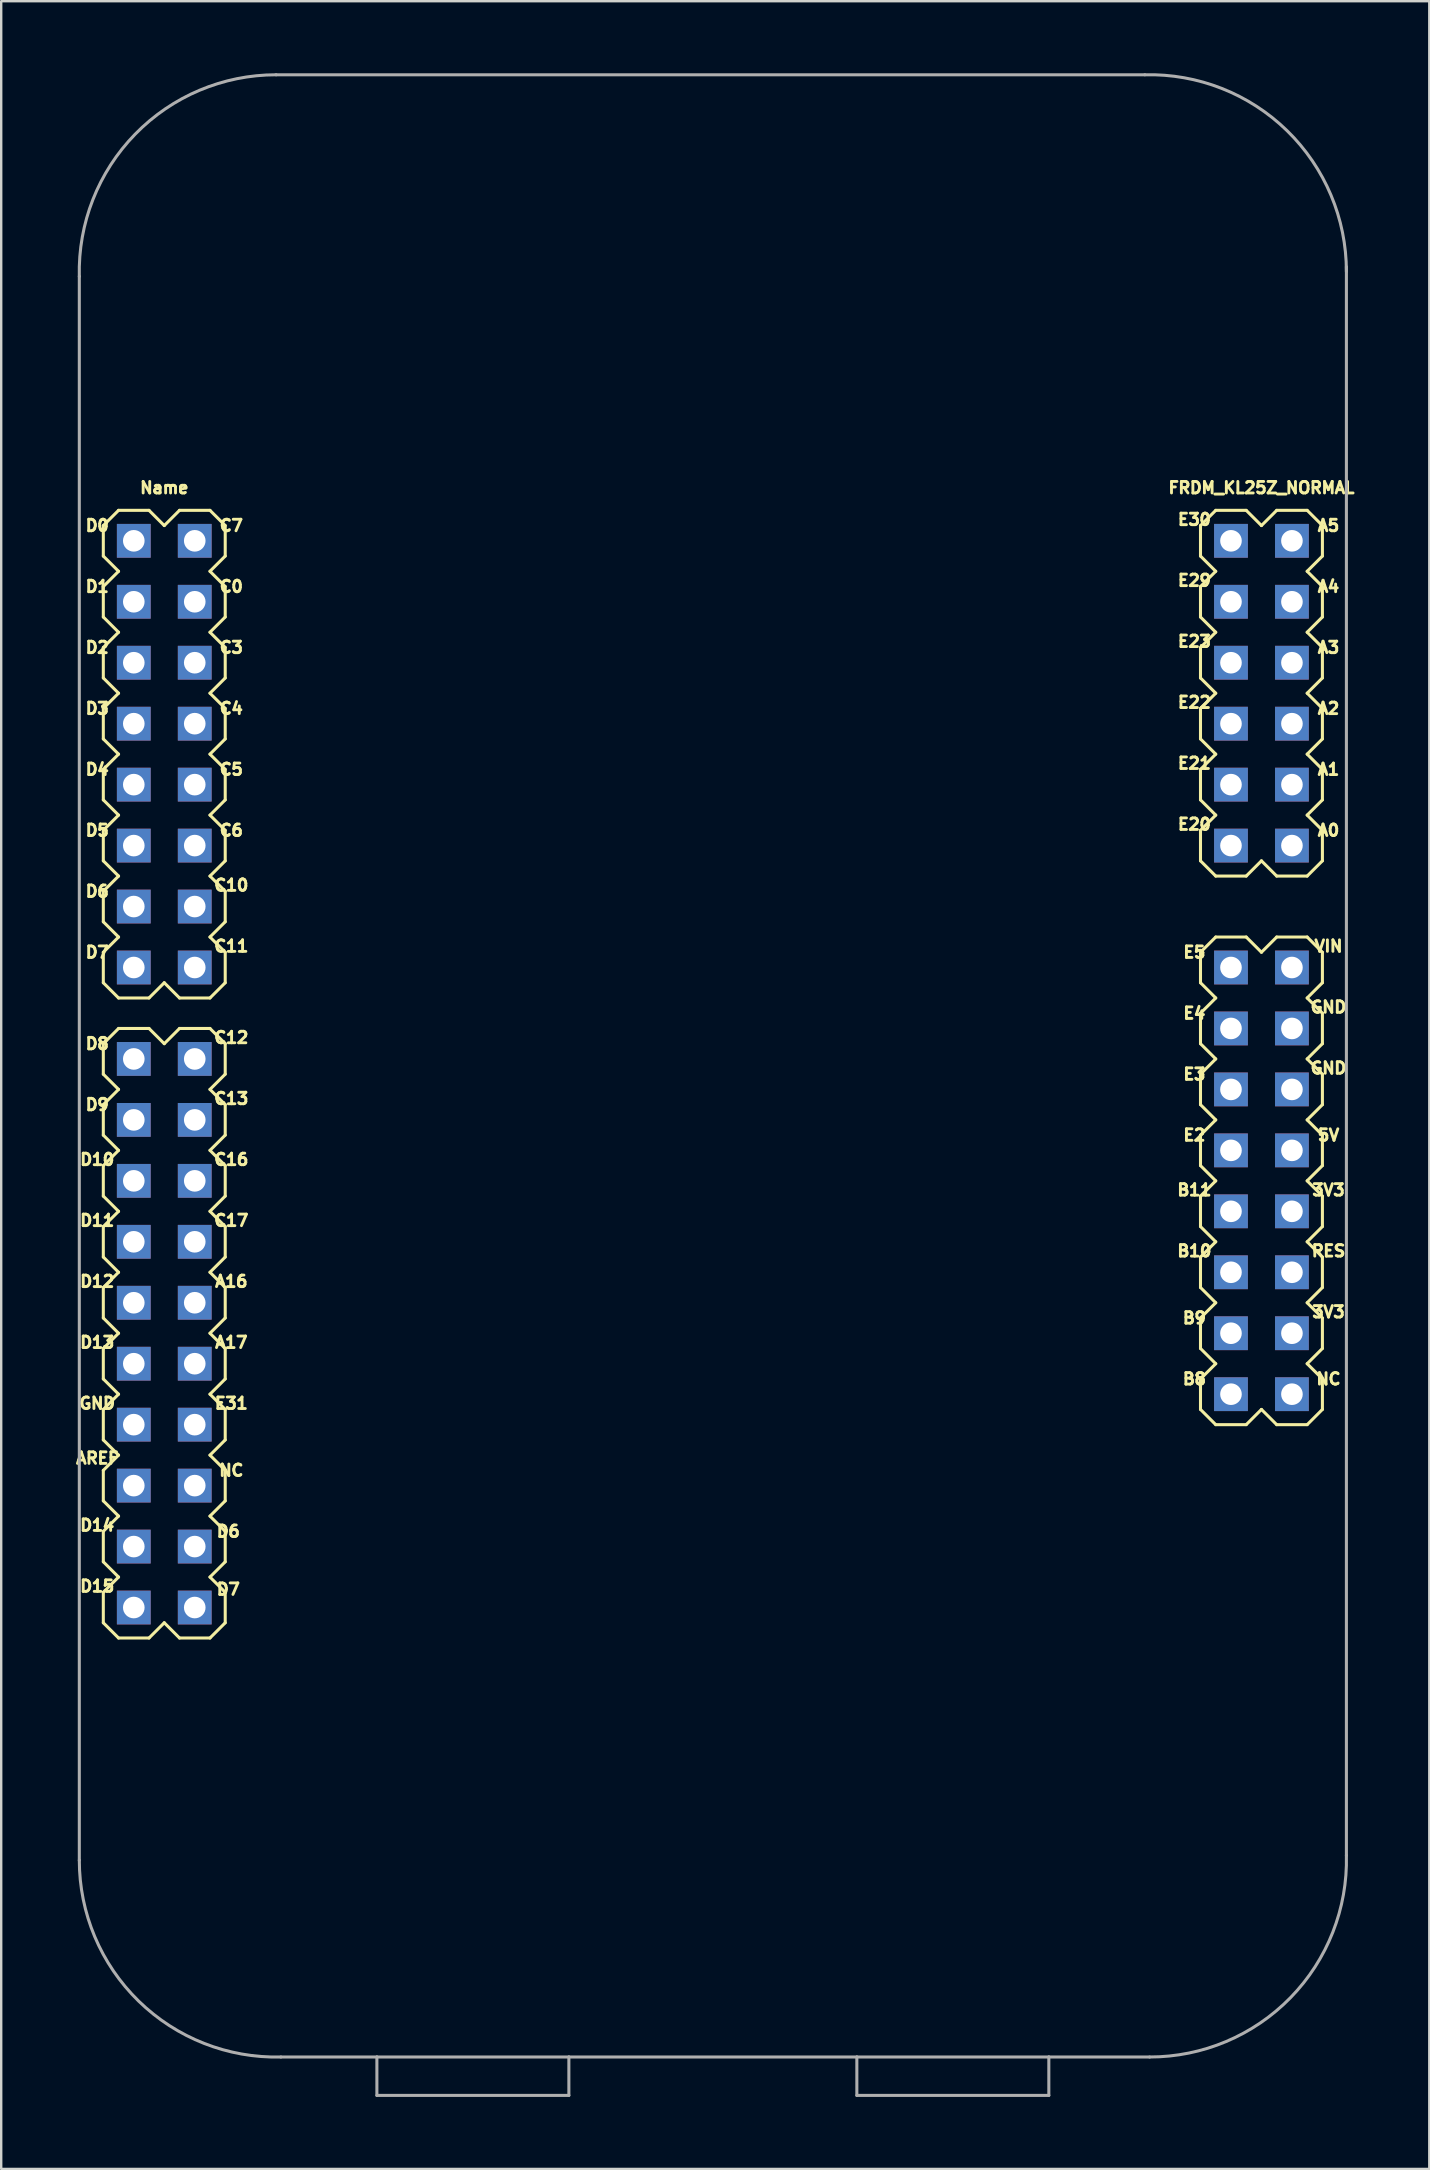
<source format=kicad_pcb>
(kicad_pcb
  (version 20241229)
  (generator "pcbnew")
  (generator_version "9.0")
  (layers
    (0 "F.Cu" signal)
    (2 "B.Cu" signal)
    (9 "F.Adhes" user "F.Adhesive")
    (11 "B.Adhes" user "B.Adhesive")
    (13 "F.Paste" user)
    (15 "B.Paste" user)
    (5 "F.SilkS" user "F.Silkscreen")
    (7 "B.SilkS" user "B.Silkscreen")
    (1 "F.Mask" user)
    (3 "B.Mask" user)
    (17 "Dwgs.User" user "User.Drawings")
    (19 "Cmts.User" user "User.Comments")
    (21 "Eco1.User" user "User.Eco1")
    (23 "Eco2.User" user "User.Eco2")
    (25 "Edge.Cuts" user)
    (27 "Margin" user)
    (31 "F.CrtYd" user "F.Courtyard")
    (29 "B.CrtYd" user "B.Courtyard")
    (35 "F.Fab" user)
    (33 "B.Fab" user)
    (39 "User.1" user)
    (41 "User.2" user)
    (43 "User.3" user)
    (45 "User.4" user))
  (footprint "FRDM_KL25Z_NORMAL"
    (layer "F.Cu")
    (at 26.655 37.266)
    (property "Reference" "FRDM_KL25Z_NORMAL" (at 22.86 -19.99 0) (layer "F.SilkS") (effects (font (size 0.48 0.48) (thickness 0.15))))
    (attr through_hole)
    (fp_line (start -25.4 -18.415) (end -25.4 -17.145) (stroke (width 0.127) (type solid)) (layer "F.SilkS"))
    (fp_line (start -25.4 -17.145) (end -24.765 -16.51) (stroke (width 0.127) (type solid)) (layer "F.SilkS"))
    (fp_line (start -25.4 -15.875) (end -25.4 -14.605) (stroke (width 0.127) (type solid)) (layer "F.SilkS"))
    (fp_line (start -25.4 -14.605) (end -24.765 -13.97) (stroke (width 0.127) (type solid)) (layer "F.SilkS"))
    (fp_line (start -25.4 -13.335) (end -25.4 -12.065) (stroke (width 0.127) (type solid)) (layer "F.SilkS"))
    (fp_line (start -25.4 -12.065) (end -24.765 -11.43) (stroke (width 0.127) (type solid)) (layer "F.SilkS"))
    (fp_line (start -25.4 -10.795) (end -25.4 -9.525) (stroke (width 0.127) (type solid)) (layer "F.SilkS"))
    (fp_line (start -25.4 -9.525) (end -24.765 -8.89) (stroke (width 0.127) (type solid)) (layer "F.SilkS"))
    (fp_line (start -25.4 -8.255) (end -25.4 -6.985) (stroke (width 0.127) (type solid)) (layer "F.SilkS"))
    (fp_line (start -25.4 -6.985) (end -24.765 -6.35) (stroke (width 0.127) (type solid)) (layer "F.SilkS"))
    (fp_line (start -25.4 -5.715) (end -25.4 -4.445) (stroke (width 0.127) (type solid)) (layer "F.SilkS"))
    (fp_line (start -25.4 -4.445) (end -24.765 -3.81) (stroke (width 0.127) (type solid)) (layer "F.SilkS"))
    (fp_line (start -25.4 -3.175) (end -25.4 -1.905) (stroke (width 0.127) (type solid)) (layer "F.SilkS"))
    (fp_line (start -25.4 -1.905) (end -24.765 -1.27) (stroke (width 0.127) (type solid)) (layer "F.SilkS"))
    (fp_line (start -25.4 -0.635) (end -25.4 0.635) (stroke (width 0.127) (type solid)) (layer "F.SilkS"))
    (fp_line (start -25.4 0.635) (end -24.765 1.27) (stroke (width 0.127) (type solid)) (layer "F.SilkS"))
    (fp_line (start -25.4 3.175) (end -25.4 4.445) (stroke (width 0.127) (type solid)) (layer "F.SilkS"))
    (fp_line (start -25.4 4.445) (end -24.765 5.08) (stroke (width 0.127) (type solid)) (layer "F.SilkS"))
    (fp_line (start -25.4 5.715) (end -25.4 6.985) (stroke (width 0.127) (type solid)) (layer "F.SilkS"))
    (fp_line (start -25.4 6.985) (end -24.765 7.62) (stroke (width 0.127) (type solid)) (layer "F.SilkS"))
    (fp_line (start -25.4 8.255) (end -25.4 9.525) (stroke (width 0.127) (type solid)) (layer "F.SilkS"))
    (fp_line (start -25.4 9.525) (end -24.765 10.16) (stroke (width 0.127) (type solid)) (layer "F.SilkS"))
    (fp_line (start -25.4 10.795) (end -25.4 12.065) (stroke (width 0.127) (type solid)) (layer "F.SilkS"))
    (fp_line (start -25.4 12.065) (end -24.765 12.7) (stroke (width 0.127) (type solid)) (layer "F.SilkS"))
    (fp_line (start -25.4 13.335) (end -25.4 14.605) (stroke (width 0.127) (type solid)) (layer "F.SilkS"))
    (fp_line (start -25.4 14.605) (end -24.765 15.24) (stroke (width 0.127) (type solid)) (layer "F.SilkS"))
    (fp_line (start -25.4 15.875) (end -25.4 17.145) (stroke (width 0.127) (type solid)) (layer "F.SilkS"))
    (fp_line (start -25.4 17.145) (end -24.765 17.78) (stroke (width 0.127) (type solid)) (layer "F.SilkS"))
    (fp_line (start -25.4 18.415) (end -25.4 19.685) (stroke (width 0.127) (type solid)) (layer "F.SilkS"))
    (fp_line (start -25.4 19.685) (end -24.765 20.32) (stroke (width 0.127) (type solid)) (layer "F.SilkS"))
    (fp_line (start -25.4 20.955) (end -25.4 22.225) (stroke (width 0.127) (type solid)) (layer "F.SilkS"))
    (fp_line (start -25.4 22.225) (end -24.765 22.86) (stroke (width 0.127) (type solid)) (layer "F.SilkS"))
    (fp_line (start -25.4 23.495) (end -25.4 24.765) (stroke (width 0.127) (type solid)) (layer "F.SilkS"))
    (fp_line (start -25.4 24.765) (end -24.765 25.4) (stroke (width 0.127) (type solid)) (layer "F.SilkS"))
    (fp_line (start -25.4 27.305) (end -25.4 26.035) (stroke (width 0.127) (type solid)) (layer "F.SilkS"))
    (fp_line (start -25.4 27.305) (end -24.765 27.94) (stroke (width 0.127) (type solid)) (layer "F.SilkS"))
    (fp_line (start -24.765 -19.05) (end -25.4 -18.415) (stroke (width 0.127) (type solid)) (layer "F.SilkS"))
    (fp_line (start -24.765 -16.51) (end -25.4 -15.875) (stroke (width 0.127) (type solid)) (layer "F.SilkS"))
    (fp_line (start -24.765 -13.97) (end -25.4 -13.335) (stroke (width 0.127) (type solid)) (layer "F.SilkS"))
    (fp_line (start -24.765 -11.43) (end -25.4 -10.795) (stroke (width 0.127) (type solid)) (layer "F.SilkS"))
    (fp_line (start -24.765 -8.89) (end -25.4 -8.255) (stroke (width 0.127) (type solid)) (layer "F.SilkS"))
    (fp_line (start -24.765 -6.35) (end -25.4 -5.715) (stroke (width 0.127) (type solid)) (layer "F.SilkS"))
    (fp_line (start -24.765 -3.81) (end -25.4 -3.175) (stroke (width 0.127) (type solid)) (layer "F.SilkS"))
    (fp_line (start -24.765 -1.27) (end -25.4 -0.635) (stroke (width 0.127) (type solid)) (layer "F.SilkS"))
    (fp_line (start -24.765 1.27) (end -23.495 1.27) (stroke (width 0.127) (type solid)) (layer "F.SilkS"))
    (fp_line (start -24.765 2.54) (end -25.4 3.175) (stroke (width 0.127) (type solid)) (layer "F.SilkS"))
    (fp_line (start -24.765 2.54) (end -23.495 2.54) (stroke (width 0.127) (type solid)) (layer "F.SilkS"))
    (fp_line (start -24.765 5.08) (end -25.4 5.715) (stroke (width 0.127) (type solid)) (layer "F.SilkS"))
    (fp_line (start -24.765 7.62) (end -25.4 8.255) (stroke (width 0.127) (type solid)) (layer "F.SilkS"))
    (fp_line (start -24.765 10.16) (end -25.4 10.795) (stroke (width 0.127) (type solid)) (layer "F.SilkS"))
    (fp_line (start -24.765 12.7) (end -25.4 13.335) (stroke (width 0.127) (type solid)) (layer "F.SilkS"))
    (fp_line (start -24.765 15.24) (end -25.4 15.875) (stroke (width 0.127) (type solid)) (layer "F.SilkS"))
    (fp_line (start -24.765 17.78) (end -25.4 18.415) (stroke (width 0.127) (type solid)) (layer "F.SilkS"))
    (fp_line (start -24.765 20.32) (end -25.4 20.955) (stroke (width 0.127) (type solid)) (layer "F.SilkS"))
    (fp_line (start -24.765 22.86) (end -25.4 23.495) (stroke (width 0.127) (type solid)) (layer "F.SilkS"))
    (fp_line (start -24.765 25.4) (end -25.4 26.035) (stroke (width 0.127) (type solid)) (layer "F.SilkS"))
    (fp_line (start -24.765 27.94) (end -23.495 27.94) (stroke (width 0.127) (type solid)) (layer "F.SilkS"))
    (fp_line (start -23.495 -19.05) (end -24.765 -19.05) (stroke (width 0.127) (type solid)) (layer "F.SilkS"))
    (fp_line (start -23.495 1.27) (end -22.86 0.635) (stroke (width 0.127) (type solid)) (layer "F.SilkS"))
    (fp_line (start -23.495 27.94) (end -22.86 27.305) (stroke (width 0.127) (type solid)) (layer "F.SilkS"))
    (fp_line (start -22.86 -18.415) (end -23.495 -19.05) (stroke (width 0.127) (type solid)) (layer "F.SilkS"))
    (fp_line (start -22.86 0.635) (end -22.225 1.27) (stroke (width 0.127) (type solid)) (layer "F.SilkS"))
    (fp_line (start -22.86 3.175) (end -23.495 2.54) (stroke (width 0.127) (type solid)) (layer "F.SilkS"))
    (fp_line (start -22.86 27.305) (end -22.225 27.94) (stroke (width 0.127) (type solid)) (layer "F.SilkS"))
    (fp_line (start -22.225 -19.05) (end -22.86 -18.415) (stroke (width 0.127) (type solid)) (layer "F.SilkS"))
    (fp_line (start -22.225 1.27) (end -20.955 1.27) (stroke (width 0.127) (type solid)) (layer "F.SilkS"))
    (fp_line (start -22.225 2.54) (end -22.86 3.175) (stroke (width 0.127) (type solid)) (layer "F.SilkS"))
    (fp_line (start -22.225 2.54) (end -20.955 2.54) (stroke (width 0.127) (type solid)) (layer "F.SilkS"))
    (fp_line (start -22.225 27.94) (end -20.955 27.94) (stroke (width 0.127) (type solid)) (layer "F.SilkS"))
    (fp_line (start -20.955 -19.05) (end -22.225 -19.05) (stroke (width 0.127) (type solid)) (layer "F.SilkS"))
    (fp_line (start -20.955 -16.51) (end -20.32 -17.145) (stroke (width 0.127) (type solid)) (layer "F.SilkS"))
    (fp_line (start -20.955 -13.97) (end -20.32 -14.605) (stroke (width 0.127) (type solid)) (layer "F.SilkS"))
    (fp_line (start -20.955 -11.43) (end -20.32 -12.065) (stroke (width 0.127) (type solid)) (layer "F.SilkS"))
    (fp_line (start -20.955 -8.89) (end -20.32 -9.525) (stroke (width 0.127) (type solid)) (layer "F.SilkS"))
    (fp_line (start -20.955 -6.35) (end -20.32 -6.985) (stroke (width 0.127) (type solid)) (layer "F.SilkS"))
    (fp_line (start -20.955 -3.81) (end -20.32 -4.445) (stroke (width 0.127) (type solid)) (layer "F.SilkS"))
    (fp_line (start -20.955 -1.27) (end -20.32 -1.905) (stroke (width 0.127) (type solid)) (layer "F.SilkS"))
    (fp_line (start -20.955 1.27) (end -20.32 0.635) (stroke (width 0.127) (type solid)) (layer "F.SilkS"))
    (fp_line (start -20.955 5.08) (end -20.32 4.445) (stroke (width 0.127) (type solid)) (layer "F.SilkS"))
    (fp_line (start -20.955 7.62) (end -20.32 6.985) (stroke (width 0.127) (type solid)) (layer "F.SilkS"))
    (fp_line (start -20.955 10.16) (end -20.32 9.525) (stroke (width 0.127) (type solid)) (layer "F.SilkS"))
    (fp_line (start -20.955 12.7) (end -20.32 12.065) (stroke (width 0.127) (type solid)) (layer "F.SilkS"))
    (fp_line (start -20.955 15.24) (end -20.32 14.605) (stroke (width 0.127) (type solid)) (layer "F.SilkS"))
    (fp_line (start -20.955 17.78) (end -20.32 17.145) (stroke (width 0.127) (type solid)) (layer "F.SilkS"))
    (fp_line (start -20.955 20.32) (end -20.32 19.685) (stroke (width 0.127) (type solid)) (layer "F.SilkS"))
    (fp_line (start -20.955 22.86) (end -20.32 22.225) (stroke (width 0.127) (type solid)) (layer "F.SilkS"))
    (fp_line (start -20.955 25.4) (end -20.32 24.765) (stroke (width 0.127) (type solid)) (layer "F.SilkS"))
    (fp_line (start -20.955 27.94) (end -20.32 27.305) (stroke (width 0.127) (type solid)) (layer "F.SilkS"))
    (fp_line (start -20.32 -18.415) (end -20.955 -19.05) (stroke (width 0.127) (type solid)) (layer "F.SilkS"))
    (fp_line (start -20.32 -17.145) (end -20.32 -18.415) (stroke (width 0.127) (type solid)) (layer "F.SilkS"))
    (fp_line (start -20.32 -15.875) (end -20.955 -16.51) (stroke (width 0.127) (type solid)) (layer "F.SilkS"))
    (fp_line (start -20.32 -14.605) (end -20.32 -15.875) (stroke (width 0.127) (type solid)) (layer "F.SilkS"))
    (fp_line (start -20.32 -13.335) (end -20.955 -13.97) (stroke (width 0.127) (type solid)) (layer "F.SilkS"))
    (fp_line (start -20.32 -12.065) (end -20.32 -13.335) (stroke (width 0.127) (type solid)) (layer "F.SilkS"))
    (fp_line (start -20.32 -10.795) (end -20.955 -11.43) (stroke (width 0.127) (type solid)) (layer "F.SilkS"))
    (fp_line (start -20.32 -9.525) (end -20.32 -10.795) (stroke (width 0.127) (type solid)) (layer "F.SilkS"))
    (fp_line (start -20.32 -8.255) (end -20.955 -8.89) (stroke (width 0.127) (type solid)) (layer "F.SilkS"))
    (fp_line (start -20.32 -6.985) (end -20.32 -8.255) (stroke (width 0.127) (type solid)) (layer "F.SilkS"))
    (fp_line (start -20.32 -5.715) (end -20.955 -6.35) (stroke (width 0.127) (type solid)) (layer "F.SilkS"))
    (fp_line (start -20.32 -4.445) (end -20.32 -5.715) (stroke (width 0.127) (type solid)) (layer "F.SilkS"))
    (fp_line (start -20.32 -3.175) (end -20.955 -3.81) (stroke (width 0.127) (type solid)) (layer "F.SilkS"))
    (fp_line (start -20.32 -1.905) (end -20.32 -3.175) (stroke (width 0.127) (type solid)) (layer "F.SilkS"))
    (fp_line (start -20.32 -0.635) (end -20.955 -1.27) (stroke (width 0.127) (type solid)) (layer "F.SilkS"))
    (fp_line (start -20.32 0.635) (end -20.32 -0.635) (stroke (width 0.127) (type solid)) (layer "F.SilkS"))
    (fp_line (start -20.32 3.175) (end -20.955 2.54) (stroke (width 0.127) (type solid)) (layer "F.SilkS"))
    (fp_line (start -20.32 4.445) (end -20.32 3.175) (stroke (width 0.127) (type solid)) (layer "F.SilkS"))
    (fp_line (start -20.32 5.715) (end -20.955 5.08) (stroke (width 0.127) (type solid)) (layer "F.SilkS"))
    (fp_line (start -20.32 6.985) (end -20.32 5.715) (stroke (width 0.127) (type solid)) (layer "F.SilkS"))
    (fp_line (start -20.32 8.255) (end -20.955 7.62) (stroke (width 0.127) (type solid)) (layer "F.SilkS"))
    (fp_line (start -20.32 9.525) (end -20.32 8.255) (stroke (width 0.127) (type solid)) (layer "F.SilkS"))
    (fp_line (start -20.32 10.795) (end -20.955 10.16) (stroke (width 0.127) (type solid)) (layer "F.SilkS"))
    (fp_line (start -20.32 12.065) (end -20.32 10.795) (stroke (width 0.127) (type solid)) (layer "F.SilkS"))
    (fp_line (start -20.32 13.335) (end -20.955 12.7) (stroke (width 0.127) (type solid)) (layer "F.SilkS"))
    (fp_line (start -20.32 14.605) (end -20.32 13.335) (stroke (width 0.127) (type solid)) (layer "F.SilkS"))
    (fp_line (start -20.32 15.875) (end -20.955 15.24) (stroke (width 0.127) (type solid)) (layer "F.SilkS"))
    (fp_line (start -20.32 17.145) (end -20.32 15.875) (stroke (width 0.127) (type solid)) (layer "F.SilkS"))
    (fp_line (start -20.32 18.415) (end -20.955 17.78) (stroke (width 0.127) (type solid)) (layer "F.SilkS"))
    (fp_line (start -20.32 19.685) (end -20.32 18.415) (stroke (width 0.127) (type solid)) (layer "F.SilkS"))
    (fp_line (start -20.32 20.955) (end -20.955 20.32) (stroke (width 0.127) (type solid)) (layer "F.SilkS"))
    (fp_line (start -20.32 22.225) (end -20.32 20.955) (stroke (width 0.127) (type solid)) (layer "F.SilkS"))
    (fp_line (start -20.32 23.495) (end -20.955 22.86) (stroke (width 0.127) (type solid)) (layer "F.SilkS"))
    (fp_line (start -20.32 24.765) (end -20.32 23.495) (stroke (width 0.127) (type solid)) (layer "F.SilkS"))
    (fp_line (start -20.32 26.035) (end -20.955 25.4) (stroke (width 0.127) (type solid)) (layer "F.SilkS"))
    (fp_line (start -20.32 27.305) (end -20.32 26.035) (stroke (width 0.127) (type solid)) (layer "F.SilkS"))
    (fp_line (start 20.32 -18.415) (end 20.32 -17.145) (stroke (width 0.127) (type solid)) (layer "F.SilkS"))
    (fp_line (start 20.32 -17.145) (end 20.955 -16.51) (stroke (width 0.127) (type solid)) (layer "F.SilkS"))
    (fp_line (start 20.32 -15.875) (end 20.32 -14.605) (stroke (width 0.127) (type solid)) (layer "F.SilkS"))
    (fp_line (start 20.32 -14.605) (end 20.955 -13.97) (stroke (width 0.127) (type solid)) (layer "F.SilkS"))
    (fp_line (start 20.32 -13.335) (end 20.32 -12.065) (stroke (width 0.127) (type solid)) (layer "F.SilkS"))
    (fp_line (start 20.32 -12.065) (end 20.955 -11.43) (stroke (width 0.127) (type solid)) (layer "F.SilkS"))
    (fp_line (start 20.32 -10.795) (end 20.32 -9.525) (stroke (width 0.127) (type solid)) (layer "F.SilkS"))
    (fp_line (start 20.32 -9.525) (end 20.955 -8.89) (stroke (width 0.127) (type solid)) (layer "F.SilkS"))
    (fp_line (start 20.32 -8.255) (end 20.32 -6.985) (stroke (width 0.127) (type solid)) (layer "F.SilkS"))
    (fp_line (start 20.32 -6.985) (end 20.955 -6.35) (stroke (width 0.127) (type solid)) (layer "F.SilkS"))
    (fp_line (start 20.32 -5.715) (end 20.32 -4.445) (stroke (width 0.127) (type solid)) (layer "F.SilkS"))
    (fp_line (start 20.32 -4.445) (end 20.955 -3.81) (stroke (width 0.127) (type solid)) (layer "F.SilkS"))
    (fp_line (start 20.32 -0.635) (end 20.32 0.635) (stroke (width 0.127) (type solid)) (layer "F.SilkS"))
    (fp_line (start 20.32 0.635) (end 20.955 1.27) (stroke (width 0.127) (type solid)) (layer "F.SilkS"))
    (fp_line (start 20.32 1.905) (end 20.32 3.175) (stroke (width 0.127) (type solid)) (layer "F.SilkS"))
    (fp_line (start 20.32 3.175) (end 20.955 3.81) (stroke (width 0.127) (type solid)) (layer "F.SilkS"))
    (fp_line (start 20.32 4.445) (end 20.32 5.715) (stroke (width 0.127) (type solid)) (layer "F.SilkS"))
    (fp_line (start 20.32 5.715) (end 20.955 6.35) (stroke (width 0.127) (type solid)) (layer "F.SilkS"))
    (fp_line (start 20.32 6.985) (end 20.32 8.255) (stroke (width 0.127) (type solid)) (layer "F.SilkS"))
    (fp_line (start 20.32 8.255) (end 20.955 8.89) (stroke (width 0.127) (type solid)) (layer "F.SilkS"))
    (fp_line (start 20.32 9.525) (end 20.32 10.795) (stroke (width 0.127) (type solid)) (layer "F.SilkS"))
    (fp_line (start 20.32 10.795) (end 20.955 11.43) (stroke (width 0.127) (type solid)) (layer "F.SilkS"))
    (fp_line (start 20.32 12.065) (end 20.32 13.335) (stroke (width 0.127) (type solid)) (layer "F.SilkS"))
    (fp_line (start 20.32 13.335) (end 20.955 13.97) (stroke (width 0.127) (type solid)) (layer "F.SilkS"))
    (fp_line (start 20.32 14.605) (end 20.32 15.875) (stroke (width 0.127) (type solid)) (layer "F.SilkS"))
    (fp_line (start 20.32 15.875) (end 20.955 16.51) (stroke (width 0.127) (type solid)) (layer "F.SilkS"))
    (fp_line (start 20.32 18.415) (end 20.32 17.145) (stroke (width 0.127) (type solid)) (layer "F.SilkS"))
    (fp_line (start 20.32 18.415) (end 20.955 19.05) (stroke (width 0.127) (type solid)) (layer "F.SilkS"))
    (fp_line (start 20.955 -19.05) (end 20.32 -18.415) (stroke (width 0.127) (type solid)) (layer "F.SilkS"))
    (fp_line (start 20.955 -16.51) (end 20.32 -15.875) (stroke (width 0.127) (type solid)) (layer "F.SilkS"))
    (fp_line (start 20.955 -13.97) (end 20.32 -13.335) (stroke (width 0.127) (type solid)) (layer "F.SilkS"))
    (fp_line (start 20.955 -11.43) (end 20.32 -10.795) (stroke (width 0.127) (type solid)) (layer "F.SilkS"))
    (fp_line (start 20.955 -8.89) (end 20.32 -8.255) (stroke (width 0.127) (type solid)) (layer "F.SilkS"))
    (fp_line (start 20.955 -6.35) (end 20.32 -5.715) (stroke (width 0.127) (type solid)) (layer "F.SilkS"))
    (fp_line (start 20.955 -3.81) (end 22.225 -3.81) (stroke (width 0.127) (type solid)) (layer "F.SilkS"))
    (fp_line (start 20.955 -1.27) (end 20.32 -0.635) (stroke (width 0.127) (type solid)) (layer "F.SilkS"))
    (fp_line (start 20.955 -1.27) (end 22.225 -1.27) (stroke (width 0.127) (type solid)) (layer "F.SilkS"))
    (fp_line (start 20.955 1.27) (end 20.32 1.905) (stroke (width 0.127) (type solid)) (layer "F.SilkS"))
    (fp_line (start 20.955 3.81) (end 20.32 4.445) (stroke (width 0.127) (type solid)) (layer "F.SilkS"))
    (fp_line (start 20.955 6.35) (end 20.32 6.985) (stroke (width 0.127) (type solid)) (layer "F.SilkS"))
    (fp_line (start 20.955 8.89) (end 20.32 9.525) (stroke (width 0.127) (type solid)) (layer "F.SilkS"))
    (fp_line (start 20.955 11.43) (end 20.32 12.065) (stroke (width 0.127) (type solid)) (layer "F.SilkS"))
    (fp_line (start 20.955 13.97) (end 20.32 14.605) (stroke (width 0.127) (type solid)) (layer "F.SilkS"))
    (fp_line (start 20.955 16.51) (end 20.32 17.145) (stroke (width 0.127) (type solid)) (layer "F.SilkS"))
    (fp_line (start 20.955 19.05) (end 22.225 19.05) (stroke (width 0.127) (type solid)) (layer "F.SilkS"))
    (fp_line (start 22.225 -19.05) (end 20.955 -19.05) (stroke (width 0.127) (type solid)) (layer "F.SilkS"))
    (fp_line (start 22.225 -3.81) (end 22.86 -4.445) (stroke (width 0.127) (type solid)) (layer "F.SilkS"))
    (fp_line (start 22.225 19.05) (end 22.86 18.415) (stroke (width 0.127) (type solid)) (layer "F.SilkS"))
    (fp_line (start 22.86 -18.415) (end 22.225 -19.05) (stroke (width 0.127) (type solid)) (layer "F.SilkS"))
    (fp_line (start 22.86 -4.445) (end 23.495 -3.81) (stroke (width 0.127) (type solid)) (layer "F.SilkS"))
    (fp_line (start 22.86 -0.635) (end 22.225 -1.27) (stroke (width 0.127) (type solid)) (layer "F.SilkS"))
    (fp_line (start 22.86 18.415) (end 23.495 19.05) (stroke (width 0.127) (type solid)) (layer "F.SilkS"))
    (fp_line (start 23.495 -19.05) (end 22.86 -18.415) (stroke (width 0.127) (type solid)) (layer "F.SilkS"))
    (fp_line (start 23.495 -1.27) (end 22.86 -0.635) (stroke (width 0.127) (type solid)) (layer "F.SilkS"))
    (fp_line (start 23.495 -1.27) (end 24.765 -1.27) (stroke (width 0.127) (type solid)) (layer "F.SilkS"))
    (fp_line (start 23.495 19.05) (end 24.765 19.05) (stroke (width 0.127) (type solid)) (layer "F.SilkS"))
    (fp_line (start 24.765 -19.05) (end 23.495 -19.05) (stroke (width 0.127) (type solid)) (layer "F.SilkS"))
    (fp_line (start 24.765 -19.05) (end 25.4 -18.415) (stroke (width 0.127) (type solid)) (layer "F.SilkS"))
    (fp_line (start 24.765 -16.51) (end 25.4 -15.875) (stroke (width 0.127) (type solid)) (layer "F.SilkS"))
    (fp_line (start 24.765 -13.97) (end 25.4 -13.335) (stroke (width 0.127) (type solid)) (layer "F.SilkS"))
    (fp_line (start 24.765 -11.43) (end 25.4 -10.795) (stroke (width 0.127) (type solid)) (layer "F.SilkS"))
    (fp_line (start 24.765 -8.89) (end 25.4 -8.255) (stroke (width 0.127) (type solid)) (layer "F.SilkS"))
    (fp_line (start 24.765 -6.35) (end 25.4 -5.715) (stroke (width 0.127) (type solid)) (layer "F.SilkS"))
    (fp_line (start 24.765 -3.81) (end 23.495 -3.81) (stroke (width 0.127) (type solid)) (layer "F.SilkS"))
    (fp_line (start 24.765 1.27) (end 25.4 0.635) (stroke (width 0.127) (type solid)) (layer "F.SilkS"))
    (fp_line (start 24.765 3.81) (end 25.4 3.175) (stroke (width 0.127) (type solid)) (layer "F.SilkS"))
    (fp_line (start 24.765 6.35) (end 25.4 5.715) (stroke (width 0.127) (type solid)) (layer "F.SilkS"))
    (fp_line (start 24.765 8.89) (end 25.4 8.255) (stroke (width 0.127) (type solid)) (layer "F.SilkS"))
    (fp_line (start 24.765 11.43) (end 25.4 10.795) (stroke (width 0.127) (type solid)) (layer "F.SilkS"))
    (fp_line (start 24.765 13.97) (end 25.4 13.335) (stroke (width 0.127) (type solid)) (layer "F.SilkS"))
    (fp_line (start 24.765 16.51) (end 25.4 15.875) (stroke (width 0.127) (type solid)) (layer "F.SilkS"))
    (fp_line (start 24.765 19.05) (end 25.4 18.415) (stroke (width 0.127) (type solid)) (layer "F.SilkS"))
    (fp_line (start 25.4 -18.415) (end 25.4 -17.145) (stroke (width 0.127) (type solid)) (layer "F.SilkS"))
    (fp_line (start 25.4 -17.145) (end 24.765 -16.51) (stroke (width 0.127) (type solid)) (layer "F.SilkS"))
    (fp_line (start 25.4 -15.875) (end 25.4 -14.605) (stroke (width 0.127) (type solid)) (layer "F.SilkS"))
    (fp_line (start 25.4 -14.605) (end 24.765 -13.97) (stroke (width 0.127) (type solid)) (layer "F.SilkS"))
    (fp_line (start 25.4 -13.335) (end 25.4 -12.065) (stroke (width 0.127) (type solid)) (layer "F.SilkS"))
    (fp_line (start 25.4 -12.065) (end 24.765 -11.43) (stroke (width 0.127) (type solid)) (layer "F.SilkS"))
    (fp_line (start 25.4 -10.795) (end 25.4 -9.525) (stroke (width 0.127) (type solid)) (layer "F.SilkS"))
    (fp_line (start 25.4 -9.525) (end 24.765 -8.89) (stroke (width 0.127) (type solid)) (layer "F.SilkS"))
    (fp_line (start 25.4 -8.255) (end 25.4 -6.985) (stroke (width 0.127) (type solid)) (layer "F.SilkS"))
    (fp_line (start 25.4 -6.985) (end 24.765 -6.35) (stroke (width 0.127) (type solid)) (layer "F.SilkS"))
    (fp_line (start 25.4 -5.715) (end 25.4 -4.445) (stroke (width 0.127) (type solid)) (layer "F.SilkS"))
    (fp_line (start 25.4 -4.445) (end 24.765 -3.81) (stroke (width 0.127) (type solid)) (layer "F.SilkS"))
    (fp_line (start 25.4 -0.635) (end 24.765 -1.27) (stroke (width 0.127) (type solid)) (layer "F.SilkS"))
    (fp_line (start 25.4 0.635) (end 25.4 -0.635) (stroke (width 0.127) (type solid)) (layer "F.SilkS"))
    (fp_line (start 25.4 1.905) (end 24.765 1.27) (stroke (width 0.127) (type solid)) (layer "F.SilkS"))
    (fp_line (start 25.4 3.175) (end 25.4 1.905) (stroke (width 0.127) (type solid)) (layer "F.SilkS"))
    (fp_line (start 25.4 4.445) (end 24.765 3.81) (stroke (width 0.127) (type solid)) (layer "F.SilkS"))
    (fp_line (start 25.4 5.715) (end 25.4 4.445) (stroke (width 0.127) (type solid)) (layer "F.SilkS"))
    (fp_line (start 25.4 6.985) (end 24.765 6.35) (stroke (width 0.127) (type solid)) (layer "F.SilkS"))
    (fp_line (start 25.4 8.255) (end 25.4 6.985) (stroke (width 0.127) (type solid)) (layer "F.SilkS"))
    (fp_line (start 25.4 9.525) (end 24.765 8.89) (stroke (width 0.127) (type solid)) (layer "F.SilkS"))
    (fp_line (start 25.4 10.795) (end 25.4 9.525) (stroke (width 0.127) (type solid)) (layer "F.SilkS"))
    (fp_line (start 25.4 12.065) (end 24.765 11.43) (stroke (width 0.127) (type solid)) (layer "F.SilkS"))
    (fp_line (start 25.4 12.065) (end 25.4 13.335) (stroke (width 0.127) (type solid)) (layer "F.SilkS"))
    (fp_line (start 25.4 14.605) (end 24.765 13.97) (stroke (width 0.127) (type solid)) (layer "F.SilkS"))
    (fp_line (start 25.4 15.875) (end 25.4 14.605) (stroke (width 0.127) (type solid)) (layer "F.SilkS"))
    (fp_line (start 25.4 17.145) (end 24.765 16.51) (stroke (width 0.127) (type solid)) (layer "F.SilkS"))
    (fp_line (start 25.4 18.415) (end 25.4 17.145) (stroke (width 0.127) (type solid)) (layer "F.SilkS"))
    (fp_line (start -26.4 -28.8) (end -26.4 37.2) (stroke (width 0.127) (type solid)) (layer "F.Fab"))
    (fp_line (start -14 45.4) (end -18 45.4) (stroke (width 0.127) (type solid)) (layer "F.Fab"))
    (fp_line (start -14 45.4) (end -14 47) (stroke (width 0.127) (type solid)) (layer "F.Fab"))
    (fp_line (start -14 47) (end -6 47) (stroke (width 0.127) (type solid)) (layer "F.Fab"))
    (fp_line (start -6 45.4) (end -14 45.4) (stroke (width 0.127) (type solid)) (layer "F.Fab"))
    (fp_line (start -6 47) (end -6 45.4) (stroke (width 0.127) (type solid)) (layer "F.Fab"))
    (fp_line (start 6 45.4) (end -6 45.4) (stroke (width 0.127) (type solid)) (layer "F.Fab"))
    (fp_line (start 6 47) (end 6 45.4) (stroke (width 0.127) (type solid)) (layer "F.Fab"))
    (fp_line (start 14 45.4) (end 6 45.4) (stroke (width 0.127) (type solid)) (layer "F.Fab"))
    (fp_line (start 14 45.4) (end 14 47) (stroke (width 0.127) (type solid)) (layer "F.Fab"))
    (fp_line (start 14 47) (end 6 47) (stroke (width 0.127) (type solid)) (layer "F.Fab"))
    (fp_line (start 18 -37.2) (end -18.2 -37.2) (stroke (width 0.127) (type solid)) (layer "F.Fab"))
    (fp_line (start 18.2 45.4) (end 14 45.4) (stroke (width 0.127) (type solid)) (layer "F.Fab"))
    (fp_line (start 26.4 -29.2) (end 26.4 37) (stroke (width 0.127) (type solid)) (layer "F.Fab"))
    (fp_arc (start -26.4 -28.8) (mid -24.069771 -34.727634) (end -18.2 -37.2) (stroke (width 0.127) (type solid)) (layer "F.Fab"))
    (fp_arc (start -18 45.4) (mid -23.927634 43.069771) (end -26.4 37.2) (stroke (width 0.127) (type solid)) (layer "F.Fab"))
    (fp_arc (start 18 -37.2) (mid 23.927634 -34.869771) (end 26.4 -29) (stroke (width 0.127) (type solid)) (layer "F.Fab"))
    (fp_arc (start 26.4 37) (mid 24.069771 42.927634) (end 18.2 45.4) (stroke (width 0.127) (type solid)) (layer "F.Fab"))
    (fp_text user "3V3" (at 25.654 9.271 0) (layer "F.SilkS") (effects (font (size 0.48 0.48) (thickness 0.15))))
    (fp_text user "E2" (at 20.066 6.985 0) (layer "F.SilkS") (effects (font (size 0.48 0.48) (thickness 0.15))))
    (fp_text user "C6" (at -20.066 -5.715 0) (layer "F.SilkS") (effects (font (size 0.48 0.48) (thickness 0.15))))
    (fp_text user "D12" (at -25.654 13.081 0) (layer "F.SilkS") (effects (font (size 0.48 0.48) (thickness 0.15))))
    (fp_text user "GND" (at 25.654 4.191 0) (layer "F.SilkS") (effects (font (size 0.48 0.48) (thickness 0.15))))
    (fp_text user "5V" (at 25.654 6.985 0) (layer "F.SilkS") (effects (font (size 0.48 0.48) (thickness 0.15))))
    (fp_text user "Name" (at -22.86 -19.99 0) (layer "F.SilkS") (effects (font (size 0.48 0.48) (thickness 0.15))))
    (fp_text user "E29" (at 20.066 -16.129 0) (layer "F.SilkS") (effects (font (size 0.48 0.48) (thickness 0.15))))
    (fp_text user "D15" (at -25.654 25.781 0) (layer "F.SilkS") (effects (font (size 0.48 0.48) (thickness 0.15))))
    (fp_text user "3V3" (at 25.654 14.351 0) (layer "F.SilkS") (effects (font (size 0.48 0.48) (thickness 0.15))))
    (fp_text user "D4" (at -25.654 -8.255 0) (layer "F.SilkS") (effects (font (size 0.48 0.48) (thickness 0.15))))
    (fp_text user "C16" (at -20.066 8.001 0) (layer "F.SilkS") (effects (font (size 0.48 0.48) (thickness 0.15))))
    (fp_text user "B8" (at 20.066 17.145 0) (layer "F.SilkS") (effects (font (size 0.48 0.48) (thickness 0.15))))
    (fp_text user "D10" (at -25.654 8.001 0) (layer "F.SilkS") (effects (font (size 0.48 0.48) (thickness 0.15))))
    (fp_text user "A3" (at 25.654 -13.335 0) (layer "F.SilkS") (effects (font (size 0.48 0.48) (thickness 0.15))))
    (fp_text user "D11" (at -25.654 10.541 0) (layer "F.SilkS") (effects (font (size 0.48 0.48) (thickness 0.15))))
    (fp_text user "D13" (at -25.654 15.621 0) (layer "F.SilkS") (effects (font (size 0.48 0.48) (thickness 0.15))))
    (fp_text user "E21" (at 20.066 -8.509 0) (layer "F.SilkS") (effects (font (size 0.48 0.48) (thickness 0.15))))
    (fp_text user "D9" (at -25.654 5.715 0) (layer "F.SilkS") (effects (font (size 0.48 0.48) (thickness 0.15))))
    (fp_text user "A4" (at 25.654 -15.875 0) (layer "F.SilkS") (effects (font (size 0.48 0.48) (thickness 0.15))))
    (fp_text user "D1" (at -25.654 -15.875 0) (layer "F.SilkS") (effects (font (size 0.48 0.48) (thickness 0.15))))
    (fp_text user "E31" (at -20.066 18.161 0) (layer "F.SilkS") (effects (font (size 0.48 0.48) (thickness 0.15))))
    (fp_text user "NC" (at -20.066 20.955 0) (layer "F.SilkS") (effects (font (size 0.48 0.48) (thickness 0.15))))
    (fp_text user "D2" (at -25.654 -13.335 0) (layer "F.SilkS") (effects (font (size 0.48 0.48) (thickness 0.15))))
    (fp_text user "B11" (at 20.066 9.271 0) (layer "F.SilkS") (effects (font (size 0.48 0.48) (thickness 0.15))))
    (fp_text user "B10" (at 20.066 11.811 0) (layer "F.SilkS") (effects (font (size 0.48 0.48) (thickness 0.15))))
    (fp_text user "D6" (at -25.654 -3.175 0) (layer "F.SilkS") (effects (font (size 0.48 0.48) (thickness 0.15))))
    (fp_text user "C17" (at -20.066 10.541 0) (layer "F.SilkS") (effects (font (size 0.48 0.48) (thickness 0.15))))
    (fp_text user "C13" (at -20.066 5.461 0) (layer "F.SilkS") (effects (font (size 0.48 0.48) (thickness 0.15))))
    (fp_text user "D7" (at -25.654 -0.635 0) (layer "F.SilkS") (effects (font (size 0.48 0.48) (thickness 0.15))))
    (fp_text user "C10" (at -20.066 -3.429 0) (layer "F.SilkS") (effects (font (size 0.48 0.48) (thickness 0.15))))
    (fp_text user "A2" (at 25.654 -10.795 0) (layer "F.SilkS") (effects (font (size 0.48 0.48) (thickness 0.15))))
    (fp_text user "C12" (at -20.066 2.921 0) (layer "F.SilkS") (effects (font (size 0.48 0.48) (thickness 0.15))))
    (fp_text user "AREF" (at -25.654 20.447 0) (layer "F.SilkS") (effects (font (size 0.48 0.48) (thickness 0.15))))
    (fp_text user "E22" (at 20.066 -11.049 0) (layer "F.SilkS") (effects (font (size 0.48 0.48) (thickness 0.15))))
    (fp_text user "E3" (at 20.066 4.445 0) (layer "F.SilkS") (effects (font (size 0.48 0.48) (thickness 0.15))))
    (fp_text user "E5" (at 20.066 -0.635 0) (layer "F.SilkS") (effects (font (size 0.48 0.48) (thickness 0.15))))
    (fp_text user "NC" (at 25.654 17.145 0) (layer "F.SilkS") (effects (font (size 0.48 0.48) (thickness 0.15))))
    (fp_text user "GND" (at -25.654 18.161 0) (layer "F.SilkS") (effects (font (size 0.48 0.48) (thickness 0.15))))
    (fp_text user "RES" (at 25.654 11.811 0) (layer "F.SilkS") (effects (font (size 0.48 0.48) (thickness 0.15))))
    (fp_text user "C5" (at -20.066 -8.255 0) (layer "F.SilkS") (effects (font (size 0.48 0.48) (thickness 0.15))))
    (fp_text user "A17" (at -20.066 15.621 0) (layer "F.SilkS") (effects (font (size 0.48 0.48) (thickness 0.15))))
    (fp_text user "A16" (at -20.066 13.081 0) (layer "F.SilkS") (effects (font (size 0.48 0.48) (thickness 0.15))))
    (fp_text user "C4" (at -20.066 -10.795 0) (layer "F.SilkS") (effects (font (size 0.48 0.48) (thickness 0.15))))
    (fp_text user "VIN" (at 25.654 -0.889 0) (layer "F.SilkS") (effects (font (size 0.48 0.48) (thickness 0.15))))
    (fp_text user "D0" (at -25.654 -18.415 0) (layer "F.SilkS") (effects (font (size 0.48 0.48) (thickness 0.15))))
    (fp_text user "D14" (at -25.654 23.241 0) (layer "F.SilkS") (effects (font (size 0.48 0.48) (thickness 0.15))))
    (fp_text user "D8" (at -25.654 3.175 0) (layer "F.SilkS") (effects (font (size 0.48 0.48) (thickness 0.15))))
    (fp_text user "A5" (at 25.654 -18.415 0) (layer "F.SilkS") (effects (font (size 0.48 0.48) (thickness 0.15))))
    (fp_text user "C7" (at -20.066 -18.415 0) (layer "F.SilkS") (effects (font (size 0.48 0.48) (thickness 0.15))))
    (fp_text user "D3" (at -25.654 -10.795 0) (layer "F.SilkS") (effects (font (size 0.48 0.48) (thickness 0.15))))
    (fp_text user "E23" (at 20.066 -13.589 0) (layer "F.SilkS") (effects (font (size 0.48 0.48) (thickness 0.15))))
    (fp_text user "E30" (at 20.066 -18.669 0) (layer "F.SilkS") (effects (font (size 0.48 0.48) (thickness 0.15))))
    (fp_text user "A0" (at 25.654 -5.715 0) (layer "F.SilkS") (effects (font (size 0.48 0.48) (thickness 0.15))))
    (fp_text user "B9" (at 20.066 14.605 0) (layer "F.SilkS") (effects (font (size 0.48 0.48) (thickness 0.15))))
    (fp_text user "E4" (at 20.066 1.905 0) (layer "F.SilkS") (effects (font (size 0.48 0.48) (thickness 0.15))))
    (fp_text user "GND" (at 25.654 1.651 0) (layer "F.SilkS") (effects (font (size 0.48 0.48) (thickness 0.15))))
    (fp_text user "C3" (at -20.066 -13.335 0) (layer "F.SilkS") (effects (font (size 0.48 0.48) (thickness 0.15))))
    (fp_text user "D5" (at -25.654 -5.715 0) (layer "F.SilkS") (effects (font (size 0.48 0.48) (thickness 0.15))))
    (fp_text user "C11" (at -20.066 -0.889 0) (layer "F.SilkS") (effects (font (size 0.48 0.48) (thickness 0.15))))
    (fp_text user "A1" (at 25.654 -8.255 0) (layer "F.SilkS") (effects (font (size 0.48 0.48) (thickness 0.15))))
    (fp_text user "E20" (at 20.066 -5.969 0) (layer "F.SilkS") (effects (font (size 0.48 0.48) (thickness 0.15))))
    (fp_text user "D6" (at -20.193 23.495 0) (layer "F.SilkS") (effects (font (size 0.48 0.48) (thickness 0.15))))
    (fp_text user "D7" (at -20.193 25.908 0) (layer "F.SilkS") (effects (font (size 0.48 0.48) (thickness 0.15))))
    (fp_text user "C0" (at -20.066 -15.875 0) (layer "F.SilkS") (effects (font (size 0.48 0.48) (thickness 0.15))))
    (pad "3V3" thru_hole rect (at 24.13 15.24) (size 1.408 1.408) (drill 0.9) (layers "*.Cu" "*.Mask"))
    (pad "5V" thru_hole rect (at 24.13 7.62) (size 1.408 1.408) (drill 0.9) (layers "*.Cu" "*.Mask"))
    (pad "A0" thru_hole rect (at 24.13 -5.08) (size 1.408 1.408) (drill 0.9) (layers "*.Cu" "*.Mask"))
    (pad "A1" thru_hole rect (at 24.13 -7.62) (size 1.408 1.408) (drill 0.9) (layers "*.Cu" "*.Mask"))
    (pad "A2" thru_hole rect (at 24.13 -10.16) (size 1.408 1.408) (drill 0.9) (layers "*.Cu" "*.Mask"))
    (pad "A3" thru_hole rect (at 24.13 -12.7) (size 1.408 1.408) (drill 0.9) (layers "*.Cu" "*.Mask"))
    (pad "A4" thru_hole rect (at 24.13 -15.24) (size 1.408 1.408) (drill 0.9) (layers "*.Cu" "*.Mask"))
    (pad "A5" thru_hole rect (at 24.13 -17.78) (size 1.408 1.408) (drill 0.9) (layers "*.Cu" "*.Mask"))
    (pad "AREF" thru_hole rect (at -24.13 21.59) (size 1.408 1.408) (drill 0.9) (layers "*.Cu" "*.Mask"))
    (pad "D0" thru_hole rect (at -24.13 -17.78) (size 1.408 1.408) (drill 0.9) (layers "*.Cu" "*.Mask"))
    (pad "D1" thru_hole rect (at -24.13 -15.24) (size 1.408 1.408) (drill 0.9) (layers "*.Cu" "*.Mask"))
    (pad "D2" thru_hole rect (at -24.13 -12.7) (size 1.408 1.408) (drill 0.9) (layers "*.Cu" "*.Mask"))
    (pad "D3" thru_hole rect (at -24.13 -10.16) (size 1.408 1.408) (drill 0.9) (layers "*.Cu" "*.Mask"))
    (pad "D4" thru_hole rect (at -24.13 -7.62) (size 1.408 1.408) (drill 0.9) (layers "*.Cu" "*.Mask"))
    (pad "D5" thru_hole rect (at -24.13 -5.08) (size 1.408 1.408) (drill 0.9) (layers "*.Cu" "*.Mask"))
    (pad "D6" thru_hole rect (at -24.13 -2.54) (size 1.408 1.408) (drill 0.9) (layers "*.Cu" "*.Mask"))
    (pad "D7" thru_hole rect (at -24.13 0) (size 1.408 1.408) (drill 0.9) (layers "*.Cu" "*.Mask"))
    (pad "D8" thru_hole rect (at -24.13 3.81) (size 1.408 1.408) (drill 0.9) (layers "*.Cu" "*.Mask"))
    (pad "D9" thru_hole rect (at -24.13 6.35) (size 1.408 1.408) (drill 0.9) (layers "*.Cu" "*.Mask"))
    (pad "D10" thru_hole rect (at -24.13 8.89) (size 1.408 1.408) (drill 0.9) (layers "*.Cu" "*.Mask"))
    (pad "D11" thru_hole rect (at -24.13 11.43) (size 1.408 1.408) (drill 0.9) (layers "*.Cu" "*.Mask"))
    (pad "D12" thru_hole rect (at -24.13 13.97) (size 1.408 1.408) (drill 0.9) (layers "*.Cu" "*.Mask"))
    (pad "D13" thru_hole rect (at -24.13 16.51) (size 1.408 1.408) (drill 0.9) (layers "*.Cu" "*.Mask"))
    (pad "D14" thru_hole rect (at -24.13 24.13) (size 1.408 1.408) (drill 0.9) (layers "*.Cu" "*.Mask"))
    (pad "D15" thru_hole rect (at -24.13 26.67) (size 1.408 1.408) (drill 0.9) (layers "*.Cu" "*.Mask"))
    (pad "GND0" thru_hole rect (at 24.13 2.54) (size 1.408 1.408) (drill 0.9) (layers "*.Cu" "*.Mask"))
    (pad "GND1" thru_hole rect (at 24.13 5.08) (size 1.408 1.408) (drill 0.9) (layers "*.Cu" "*.Mask"))
    (pad "GND2" thru_hole rect (at -24.13 19.05) (size 1.408 1.408) (drill 0.9) (layers "*.Cu" "*.Mask"))
    (pad "NC1" thru_hole rect (at 24.13 17.78) (size 1.408 1.408) (drill 0.9) (layers "*.Cu" "*.Mask"))
    (pad "NC2" thru_hole rect (at -21.59 21.59) (size 1.408 1.408) (drill 0.9) (layers "*.Cu" "*.Mask"))
    (pad "P3V3" thru_hole rect (at 24.13 10.16) (size 1.408 1.408) (drill 0.9) (layers "*.Cu" "*.Mask"))
    (pad "PTA16" thru_hole rect (at -21.59 13.97) (size 1.408 1.408) (drill 0.9) (layers "*.Cu" "*.Mask"))
    (pad "PTA17" thru_hole rect (at -21.59 16.51) (size 1.408 1.408) (drill 0.9) (layers "*.Cu" "*.Mask"))
    (pad "PTB8" thru_hole rect (at 21.59 17.78) (size 1.408 1.408) (drill 0.9) (layers "*.Cu" "*.Mask"))
    (pad "PTB9" thru_hole rect (at 21.59 15.24) (size 1.408 1.408) (drill 0.9) (layers "*.Cu" "*.Mask"))
    (pad "PTB10" thru_hole rect (at 21.59 12.7) (size 1.408 1.408) (drill 0.9) (layers "*.Cu" "*.Mask"))
    (pad "PTB11" thru_hole rect (at 21.59 10.16) (size 1.408 1.408) (drill 0.9) (layers "*.Cu" "*.Mask"))
    (pad "PTC0" thru_hole rect (at -21.59 -15.24) (size 1.408 1.408) (drill 0.9) (layers "*.Cu" "*.Mask"))
    (pad "PTC3" thru_hole rect (at -21.59 -12.7) (size 1.408 1.408) (drill 0.9) (layers "*.Cu" "*.Mask"))
    (pad "PTC4" thru_hole rect (at -21.59 -10.16) (size 1.408 1.408) (drill 0.9) (layers "*.Cu" "*.Mask"))
    (pad "PTC5" thru_hole rect (at -21.59 -7.62) (size 1.408 1.408) (drill 0.9) (layers "*.Cu" "*.Mask"))
    (pad "PTC6" thru_hole rect (at -21.59 -5.08) (size 1.408 1.408) (drill 0.9) (layers "*.Cu" "*.Mask"))
    (pad "PTC7" thru_hole rect (at -21.59 -17.78) (size 1.408 1.408) (drill 0.9) (layers "*.Cu" "*.Mask"))
    (pad "PTC10" thru_hole rect (at -21.59 -2.54) (size 1.408 1.408) (drill 0.9) (layers "*.Cu" "*.Mask"))
    (pad "PTC11" thru_hole rect (at -21.59 0) (size 1.408 1.408) (drill 0.9) (layers "*.Cu" "*.Mask"))
    (pad "PTC12" thru_hole rect (at -21.59 3.81) (size 1.408 1.408) (drill 0.9) (layers "*.Cu" "*.Mask"))
    (pad "PTC13" thru_hole rect (at -21.59 6.35) (size 1.408 1.408) (drill 0.9) (layers "*.Cu" "*.Mask"))
    (pad "PTC16" thru_hole rect (at -21.59 8.89) (size 1.408 1.408) (drill 0.9) (layers "*.Cu" "*.Mask"))
    (pad "PTC17" thru_hole rect (at -21.59 11.43) (size 1.408 1.408) (drill 0.9) (layers "*.Cu" "*.Mask"))
    (pad "PTD6" thru_hole rect (at -21.59 24.13) (size 1.408 1.408) (drill 0.9) (layers "*.Cu" "*.Mask"))
    (pad "PTD7" thru_hole rect (at -21.59 26.67) (size 1.408 1.408) (drill 0.9) (layers "*.Cu" "*.Mask"))
    (pad "PTE2" thru_hole rect (at 21.59 7.62) (size 1.408 1.408) (drill 0.9) (layers "*.Cu" "*.Mask"))
    (pad "PTE3" thru_hole rect (at 21.59 5.08) (size 1.408 1.408) (drill 0.9) (layers "*.Cu" "*.Mask"))
    (pad "PTE4" thru_hole rect (at 21.59 2.54) (size 1.408 1.408) (drill 0.9) (layers "*.Cu" "*.Mask"))
    (pad "PTE5" thru_hole rect (at 21.59 0) (size 1.408 1.408) (drill 0.9) (layers "*.Cu" "*.Mask"))
    (pad "PTE20" thru_hole rect (at 21.59 -5.08) (size 1.408 1.408) (drill 0.9) (layers "*.Cu" "*.Mask"))
    (pad "PTE21" thru_hole rect (at 21.59 -7.62) (size 1.408 1.408) (drill 0.9) (layers "*.Cu" "*.Mask"))
    (pad "PTE22" thru_hole rect (at 21.59 -10.16) (size 1.408 1.408) (drill 0.9) (layers "*.Cu" "*.Mask"))
    (pad "PTE23" thru_hole rect (at 21.59 -12.7) (size 1.408 1.408) (drill 0.9) (layers "*.Cu" "*.Mask"))
    (pad "PTE29" thru_hole rect (at 21.59 -15.24) (size 1.408 1.408) (drill 0.9) (layers "*.Cu" "*.Mask"))
    (pad "PTE30" thru_hole rect (at 21.59 -17.78) (size 1.408 1.408) (drill 0.9) (layers "*.Cu" "*.Mask"))
    (pad "PTE31" thru_hole rect (at -21.59 19.05) (size 1.408 1.408) (drill 0.9) (layers "*.Cu" "*.Mask"))
    (pad "RESET" thru_hole rect (at 24.13 12.7) (size 1.408 1.408) (drill 0.9) (layers "*.Cu" "*.Mask"))
    (pad "VIN" thru_hole rect (at 24.13 0) (size 1.408 1.408) (drill 0.9) (layers "*.Cu" "*.Mask")))
  (gr_rect
    (start -3 -3)
    (end 56.509 87.329)
    (stroke (width 0.1) (type default))
    (fill no)
    (layer "Edge.Cuts")))
</source>
